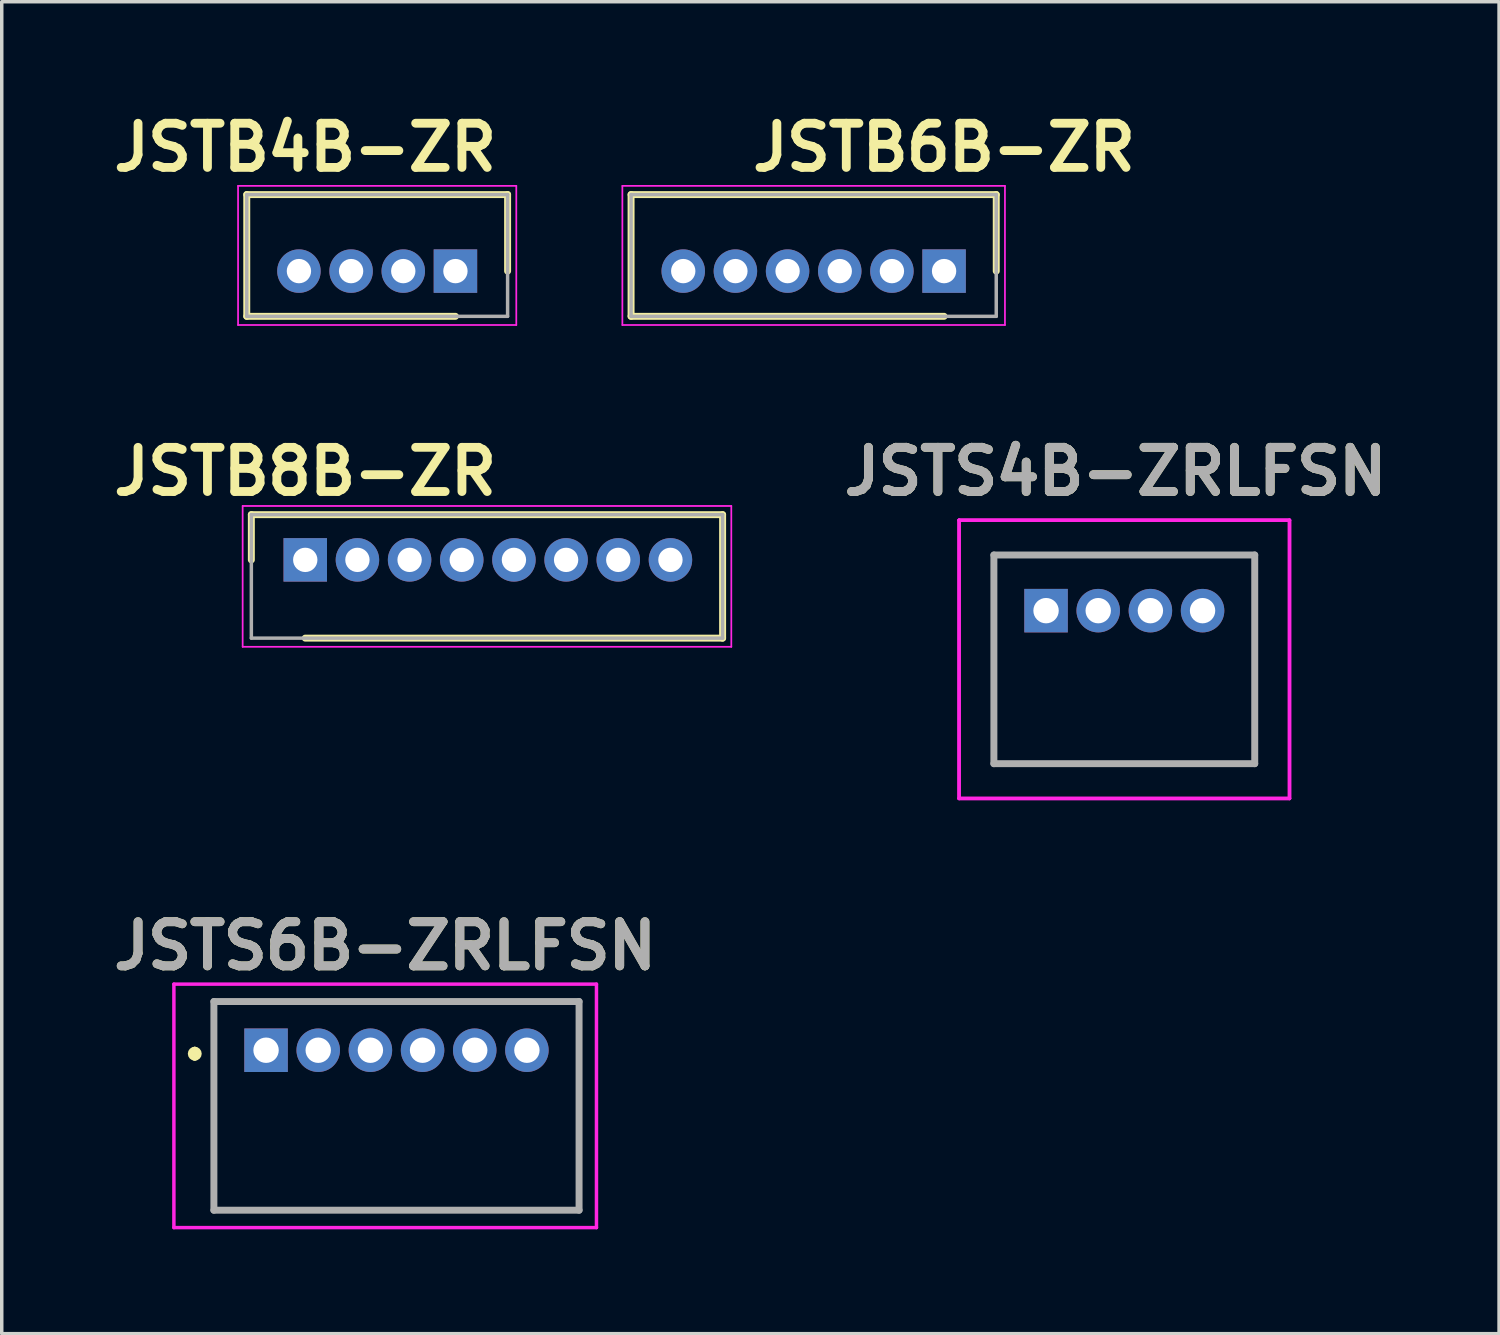
<source format=kicad_pcb>
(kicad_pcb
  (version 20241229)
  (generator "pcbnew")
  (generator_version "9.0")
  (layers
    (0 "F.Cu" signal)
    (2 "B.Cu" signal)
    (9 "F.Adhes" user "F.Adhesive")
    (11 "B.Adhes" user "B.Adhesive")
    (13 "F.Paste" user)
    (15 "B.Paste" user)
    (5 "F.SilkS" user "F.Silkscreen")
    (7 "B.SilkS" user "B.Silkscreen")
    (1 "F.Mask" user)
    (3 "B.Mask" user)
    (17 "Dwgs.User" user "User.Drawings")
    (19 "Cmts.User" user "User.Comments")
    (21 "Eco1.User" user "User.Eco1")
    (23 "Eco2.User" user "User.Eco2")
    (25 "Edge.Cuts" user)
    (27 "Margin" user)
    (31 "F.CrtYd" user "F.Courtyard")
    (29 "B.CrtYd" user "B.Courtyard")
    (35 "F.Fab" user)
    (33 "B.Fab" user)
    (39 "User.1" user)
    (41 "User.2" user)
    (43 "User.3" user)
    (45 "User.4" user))
  (footprint "JSTB4B-ZR"
    (layer "F.Cu")
    (at 10.045 4.745)
    (property "Reference" "JSTB4B-ZR" (at -4.318 -3.556 0) (layer "F.SilkS") (effects (font (size 1.27 1.27) (thickness 0.254))))
    (attr through_hole)
    (fp_line (start -6 -2.2) (end 1.5 -2.2) (stroke (width 0.2) (type solid)) (layer "F.SilkS"))
    (fp_line (start -6 1.3) (end -6 -2.2) (stroke (width 0.2) (type solid)) (layer "F.SilkS"))
    (fp_line (start 0 1.3) (end -6 1.3) (stroke (width 0.2) (type solid)) (layer "F.SilkS"))
    (fp_line (start 1.5 -2.2) (end 1.5 0) (stroke (width 0.2) (type solid)) (layer "F.SilkS"))
    (fp_line (start -6.25 -2.45) (end 1.75 -2.45) (stroke (width 0.05) (type solid)) (layer "F.CrtYd"))
    (fp_line (start -6.25 1.55) (end -6.25 -2.45) (stroke (width 0.05) (type solid)) (layer "F.CrtYd"))
    (fp_line (start 1.75 -2.45) (end 1.75 1.55) (stroke (width 0.05) (type solid)) (layer "F.CrtYd"))
    (fp_line (start 1.75 1.55) (end -6.25 1.55) (stroke (width 0.05) (type solid)) (layer "F.CrtYd"))
    (fp_line (start -6 -2.2) (end 1.5 -2.2) (stroke (width 0.1) (type solid)) (layer "F.Fab"))
    (fp_line (start -6 1.3) (end -6 -2.2) (stroke (width 0.1) (type solid)) (layer "F.Fab"))
    (fp_line (start 1.5 -2.2) (end 1.5 1.3) (stroke (width 0.1) (type solid)) (layer "F.Fab"))
    (fp_line (start 1.5 1.3) (end -6 1.3) (stroke (width 0.1) (type solid)) (layer "F.Fab"))
    (pad "1" thru_hole rect (at 0 0) (size 1.25 1.25) (drill 0.7) (layers "*.Cu" "*.Mask"))
    (pad "2" thru_hole circle (at -1.5 0) (size 1.25 1.25) (drill 0.7) (layers "*.Cu" "*.Mask"))
    (pad "3" thru_hole circle (at -3 0) (size 1.25 1.25) (drill 0.7) (layers "*.Cu" "*.Mask"))
    (pad "4" thru_hole circle (at -4.5 0) (size 1.25 1.25) (drill 0.7) (layers "*.Cu" "*.Mask")))
  (footprint "JSTS6B-ZRLFSN"
    (layer "F.Cu")
    (at 4.6 27.147)
    (property "Reference" "JSTS6B-ZRLFSN" (at 3.425 -3 0) (layer "F.SilkS") (effects (font (size 1.27 1.27) (thickness 0.254))))
    (attr through_hole)
    (fp_line (start -2.05 0) (end -2.05 0) (stroke (width 0.2) (type solid)) (layer "F.SilkS"))
    (fp_line (start -2.05 0.2) (end -2.05 0.2) (stroke (width 0.2) (type solid)) (layer "F.SilkS"))
    (fp_line (start -1.5 -1.4) (end 9 -1.4) (stroke (width 0.1) (type solid)) (layer "F.SilkS"))
    (fp_line (start -1.5 4.6) (end -1.5 -1.4) (stroke (width 0.1) (type solid)) (layer "F.SilkS"))
    (fp_line (start 9 -1.4) (end 9 4.6) (stroke (width 0.1) (type solid)) (layer "F.SilkS"))
    (fp_line (start 9 4.6) (end -1.5 4.6) (stroke (width 0.1) (type solid)) (layer "F.SilkS"))
    (fp_arc (start -2.05 0) (mid -1.95 0.1) (end -2.05 0.2) (stroke (width 0.2) (type solid)) (layer "F.SilkS"))
    (fp_arc (start -2.05 0.2) (mid -2.15 0.1) (end -2.05 0) (stroke (width 0.2) (type solid)) (layer "F.SilkS"))
    (fp_line (start -2.65 -1.9) (end 9.5 -1.9) (stroke (width 0.1) (type solid)) (layer "F.CrtYd"))
    (fp_line (start -2.65 5.1) (end -2.65 -1.9) (stroke (width 0.1) (type solid)) (layer "F.CrtYd"))
    (fp_line (start 9.5 -1.9) (end 9.5 5.1) (stroke (width 0.1) (type solid)) (layer "F.CrtYd"))
    (fp_line (start 9.5 5.1) (end -2.65 5.1) (stroke (width 0.1) (type solid)) (layer "F.CrtYd"))
    (fp_line (start -1.5 -1.4) (end 9 -1.4) (stroke (width 0.2) (type solid)) (layer "F.Fab"))
    (fp_line (start -1.5 4.6) (end -1.5 -1.4) (stroke (width 0.2) (type solid)) (layer "F.Fab"))
    (fp_line (start 9 -1.4) (end 9 4.6) (stroke (width 0.2) (type solid)) (layer "F.Fab"))
    (fp_line (start 9 4.6) (end -1.5 4.6) (stroke (width 0.2) (type solid)) (layer "F.Fab"))
    (fp_text user "${REFERENCE}" (at 3.425 -3 0) (layer "F.Fab") (effects (font (size 1.27 1.27) (thickness 0.254))))
    (pad "1" thru_hole rect (at 0 0) (size 1.251 1.251) (drill 0.73) (layers "*.Cu" "*.Mask"))
    (pad "2" thru_hole circle (at 1.5 0) (size 1.251 1.251) (drill 0.73) (layers "*.Cu" "*.Mask"))
    (pad "3" thru_hole circle (at 3 0) (size 1.251 1.251) (drill 0.73) (layers "*.Cu" "*.Mask"))
    (pad "4" thru_hole circle (at 4.5 0) (size 1.251 1.251) (drill 0.73) (layers "*.Cu" "*.Mask"))
    (pad "5" thru_hole circle (at 6 0) (size 1.251 1.251) (drill 0.73) (layers "*.Cu" "*.Mask"))
    (pad "6" thru_hole circle (at 7.5 0) (size 1.251 1.251) (drill 0.73) (layers "*.Cu" "*.Mask")))
  (footprint "JSTB8B-ZR"
    (layer "F.Cu")
    (at 5.727 13.048)
    (property "Reference" "JSTB8B-ZR" (at 0 -2.54 0) (layer "F.SilkS") (effects (font (size 1.27 1.27) (thickness 0.254))))
    (attr through_hole)
    (fp_line (start -1.55 -1.3) (end -1.55 0) (stroke (width 0.2) (type solid)) (layer "F.SilkS"))
    (fp_line (start 0 2.25) (end 12 2.25) (stroke (width 0.2) (type solid)) (layer "F.SilkS"))
    (fp_line (start 12 -1.3) (end -1.55 -1.3) (stroke (width 0.2) (type solid)) (layer "F.SilkS"))
    (fp_line (start 12 2.25) (end 12 -1.3) (stroke (width 0.2) (type solid)) (layer "F.SilkS"))
    (fp_line (start -1.8 -1.55) (end 12.25 -1.55) (stroke (width 0.05) (type solid)) (layer "F.CrtYd"))
    (fp_line (start -1.8 2.5) (end -1.8 -1.55) (stroke (width 0.05) (type solid)) (layer "F.CrtYd"))
    (fp_line (start 12.25 -1.55) (end 12.25 2.5) (stroke (width 0.05) (type solid)) (layer "F.CrtYd"))
    (fp_line (start 12.25 2.5) (end -1.8 2.5) (stroke (width 0.05) (type solid)) (layer "F.CrtYd"))
    (fp_line (start -1.55 -1.3) (end 12 -1.3) (stroke (width 0.1) (type solid)) (layer "F.Fab"))
    (fp_line (start -1.55 2.25) (end -1.55 -1.3) (stroke (width 0.1) (type solid)) (layer "F.Fab"))
    (fp_line (start 12 -1.3) (end 12 2.25) (stroke (width 0.1) (type solid)) (layer "F.Fab"))
    (fp_line (start 12 2.25) (end -1.55 2.25) (stroke (width 0.1) (type solid)) (layer "F.Fab"))
    (pad "1" thru_hole rect (at 0 0) (size 1.25 1.25) (drill 0.7) (layers "*.Cu" "*.Mask"))
    (pad "2" thru_hole circle (at 1.5 0) (size 1.25 1.25) (drill 0.7) (layers "*.Cu" "*.Mask"))
    (pad "3" thru_hole circle (at 3 0) (size 1.25 1.25) (drill 0.7) (layers "*.Cu" "*.Mask"))
    (pad "4" thru_hole circle (at 4.5 0) (size 1.25 1.25) (drill 0.7) (layers "*.Cu" "*.Mask"))
    (pad "5" thru_hole circle (at 6 0) (size 1.25 1.25) (drill 0.7) (layers "*.Cu" "*.Mask"))
    (pad "6" thru_hole circle (at 7.5 0) (size 1.25 1.25) (drill 0.7) (layers "*.Cu" "*.Mask"))
    (pad "7" thru_hole circle (at 9 0) (size 1.25 1.25) (drill 0.7) (layers "*.Cu" "*.Mask"))
    (pad "8" thru_hole circle (at 10.5 0) (size 1.25 1.25) (drill 0.7) (layers "*.Cu" "*.Mask")))
  (footprint "JSTB6B-ZR"
    (layer "F.Cu")
    (at 24.095 4.745)
    (property "Reference" "JSTB6B-ZR" (at 0 -3.556 0) (layer "F.SilkS") (effects (font (size 1.27 1.27) (thickness 0.254))))
    (attr through_hole)
    (fp_line (start -9 -2.2) (end 1.5 -2.2) (stroke (width 0.2) (type solid)) (layer "F.SilkS"))
    (fp_line (start -9 1.3) (end -9 -2.2) (stroke (width 0.2) (type solid)) (layer "F.SilkS"))
    (fp_line (start 0 1.3) (end -9 1.3) (stroke (width 0.2) (type solid)) (layer "F.SilkS"))
    (fp_line (start 1.5 -2.2) (end 1.5 0) (stroke (width 0.2) (type solid)) (layer "F.SilkS"))
    (fp_line (start -9.25 -2.45) (end 1.75 -2.45) (stroke (width 0.05) (type solid)) (layer "F.CrtYd"))
    (fp_line (start -9.25 1.55) (end -9.25 -2.45) (stroke (width 0.05) (type solid)) (layer "F.CrtYd"))
    (fp_line (start 1.75 -2.45) (end 1.75 1.55) (stroke (width 0.05) (type solid)) (layer "F.CrtYd"))
    (fp_line (start 1.75 1.55) (end -9.25 1.55) (stroke (width 0.05) (type solid)) (layer "F.CrtYd"))
    (fp_line (start -9 -2.2) (end 1.5 -2.2) (stroke (width 0.1) (type solid)) (layer "F.Fab"))
    (fp_line (start -9 1.3) (end -9 -2.2) (stroke (width 0.1) (type solid)) (layer "F.Fab"))
    (fp_line (start 1.5 -2.2) (end 1.5 1.3) (stroke (width 0.1) (type solid)) (layer "F.Fab"))
    (fp_line (start 1.5 1.3) (end -9 1.3) (stroke (width 0.1) (type solid)) (layer "F.Fab"))
    (pad "1" thru_hole rect (at 0 0) (size 1.25 1.25) (drill 0.7) (layers "*.Cu" "*.Mask"))
    (pad "2" thru_hole circle (at -1.5 0) (size 1.25 1.25) (drill 0.7) (layers "*.Cu" "*.Mask"))
    (pad "3" thru_hole circle (at -3 0) (size 1.25 1.25) (drill 0.7) (layers "*.Cu" "*.Mask"))
    (pad "4" thru_hole circle (at -4.5 0) (size 1.25 1.25) (drill 0.7) (layers "*.Cu" "*.Mask"))
    (pad "5" thru_hole circle (at -6 0) (size 1.25 1.25) (drill 0.7) (layers "*.Cu" "*.Mask"))
    (pad "6" thru_hole circle (at -7.5 0) (size 1.25 1.25) (drill 0.7) (layers "*.Cu" "*.Mask")))
  (footprint "JSTS4B-ZRLFSN"
    (layer "F.Cu")
    (at 29.277 14.508)
    (property "Reference" "JSTS4B-ZRLFSN" (at -0.25 -4 0) (layer "F.SilkS") (effects (font (size 1.27 1.27) (thickness 0.254))))
    (attr through_hole)
    (fp_line (start -3.75 -1.6) (end 3.75 -1.6) (stroke (width 0.1) (type solid)) (layer "F.SilkS"))
    (fp_line (start -3.75 4.4) (end -3.75 -1.6) (stroke (width 0.1) (type solid)) (layer "F.SilkS"))
    (fp_line (start 3.75 -1.6) (end 3.75 4.4) (stroke (width 0.1) (type solid)) (layer "F.SilkS"))
    (fp_line (start 3.75 4.4) (end -3.75 4.4) (stroke (width 0.1) (type solid)) (layer "F.SilkS"))
    (fp_line (start -4.75 -2.6) (end 4.75 -2.6) (stroke (width 0.1) (type solid)) (layer "F.CrtYd"))
    (fp_line (start -4.75 -2.6) (end 4.75 -2.6) (stroke (width 0.1) (type solid)) (layer "F.CrtYd"))
    (fp_line (start -4.75 5.4) (end -4.75 -2.6) (stroke (width 0.1) (type solid)) (layer "F.CrtYd"))
    (fp_line (start -4.75 5.4) (end -4.75 -2.6) (stroke (width 0.1) (type solid)) (layer "F.CrtYd"))
    (fp_line (start 4.75 -2.6) (end 4.75 5.4) (stroke (width 0.1) (type solid)) (layer "F.CrtYd"))
    (fp_line (start 4.75 -2.6) (end 4.75 5.4) (stroke (width 0.1) (type solid)) (layer "F.CrtYd"))
    (fp_line (start 4.75 5.4) (end -4.75 5.4) (stroke (width 0.1) (type solid)) (layer "F.CrtYd"))
    (fp_line (start 4.75 5.4) (end -4.75 5.4) (stroke (width 0.1) (type solid)) (layer "F.CrtYd"))
    (fp_line (start -3.75 -1.6) (end -3.75 4.4) (stroke (width 0.2) (type solid)) (layer "F.Fab"))
    (fp_line (start -3.75 4.4) (end 3.75 4.4) (stroke (width 0.2) (type solid)) (layer "F.Fab"))
    (fp_line (start 3.75 -1.6) (end -3.75 -1.6) (stroke (width 0.2) (type solid)) (layer "F.Fab"))
    (fp_line (start 3.75 4.4) (end 3.75 -1.6) (stroke (width 0.2) (type solid)) (layer "F.Fab"))
    (fp_text user "${REFERENCE}" (at -0.25 -4 0) (layer "F.Fab") (effects (font (size 1.27 1.27) (thickness 0.254))))
    (pad "1" thru_hole rect (at -2.25 0) (size 1.251 1.251) (drill 0.73) (layers "*.Cu" "*.Mask"))
    (pad "2" thru_hole circle (at -0.75 0) (size 1.251 1.251) (drill 0.73) (layers "*.Cu" "*.Mask"))
    (pad "3" thru_hole circle (at 0.75 0) (size 1.251 1.251) (drill 0.73) (layers "*.Cu" "*.Mask"))
    (pad "4" thru_hole circle (at 2.25 0) (size 1.251 1.251) (drill 0.73) (layers "*.Cu" "*.Mask")))
  (gr_rect
    (start -3 -3)
    (end 40.052 35.297)
    (stroke (width 0.1) (type default))
    (fill no)
    (layer "Edge.Cuts")))
</source>
